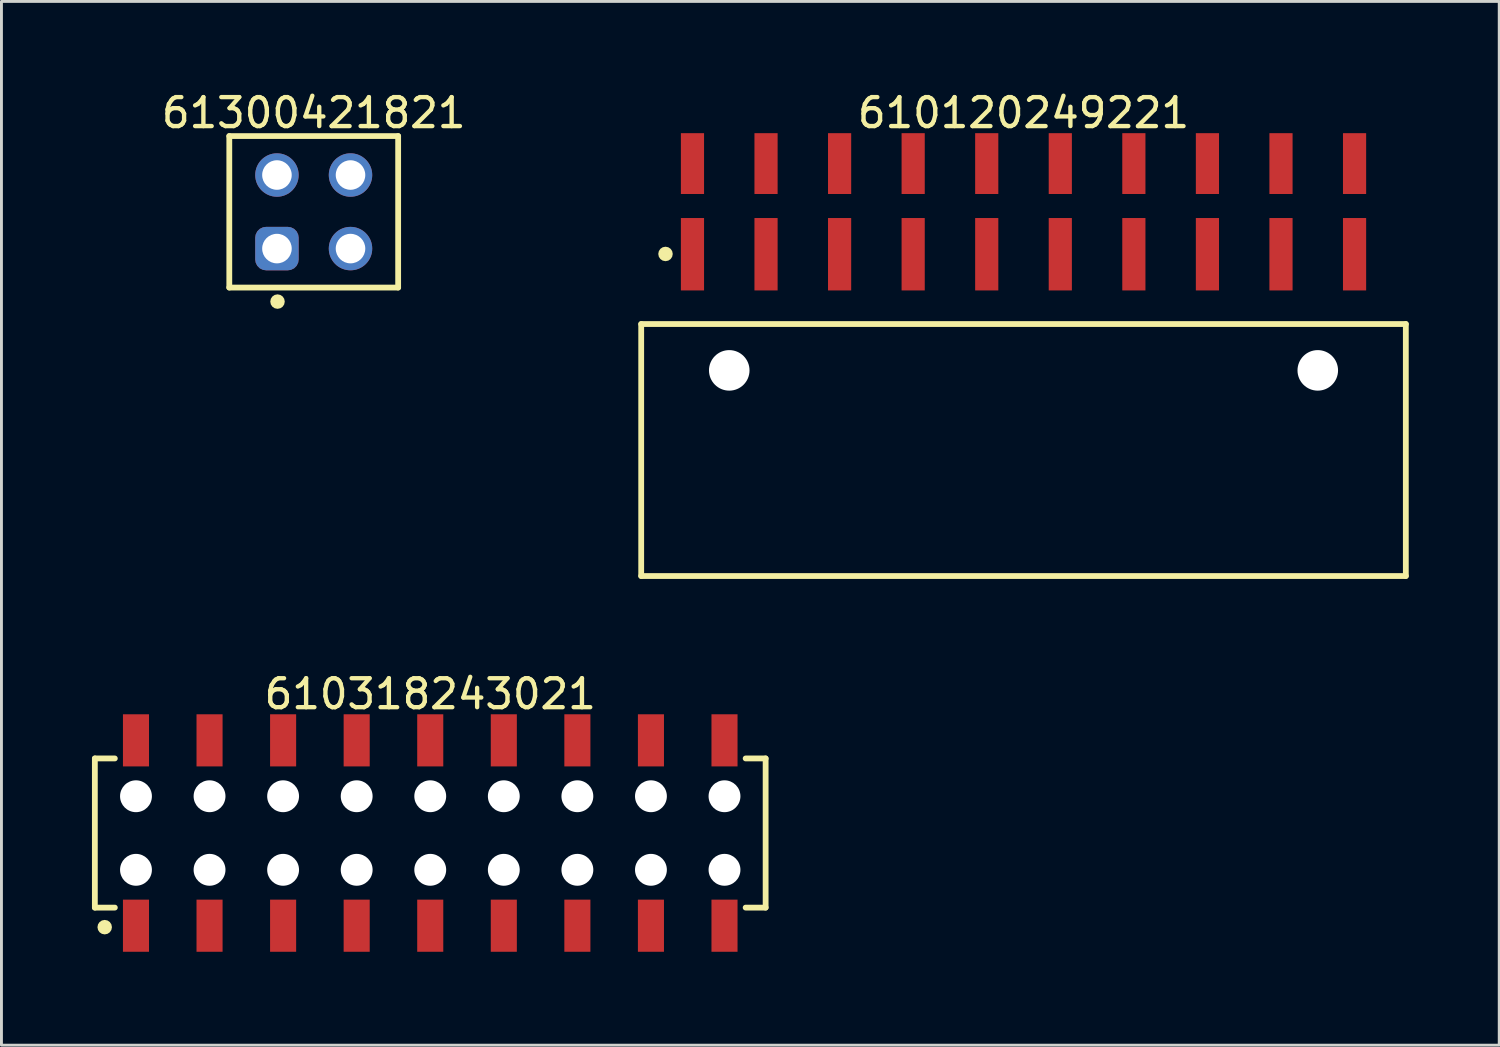
<source format=kicad_pcb>
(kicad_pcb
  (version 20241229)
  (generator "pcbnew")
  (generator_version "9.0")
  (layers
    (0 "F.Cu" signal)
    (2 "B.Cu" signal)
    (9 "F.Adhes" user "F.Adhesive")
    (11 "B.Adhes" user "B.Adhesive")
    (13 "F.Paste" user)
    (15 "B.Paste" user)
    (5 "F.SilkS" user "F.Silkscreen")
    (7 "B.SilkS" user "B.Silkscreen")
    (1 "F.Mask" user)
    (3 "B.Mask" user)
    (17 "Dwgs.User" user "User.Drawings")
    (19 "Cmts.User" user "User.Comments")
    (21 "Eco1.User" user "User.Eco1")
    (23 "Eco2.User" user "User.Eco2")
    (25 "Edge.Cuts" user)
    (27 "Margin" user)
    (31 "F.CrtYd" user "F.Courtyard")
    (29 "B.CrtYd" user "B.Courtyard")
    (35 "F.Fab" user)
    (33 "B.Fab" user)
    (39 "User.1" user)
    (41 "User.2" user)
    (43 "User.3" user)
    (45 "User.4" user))
  (footprint "610120249221"
    (layer "F.Cu")
    (at 32.289 12.488)
    (property "Reference" "610120249221" (at 0 -11.64 0) (layer "F.SilkS") (effects (font (size 1 1) (thickness 0.15))))
    (fp_line (start -13.2 -4.35) (end 13.2 -4.35) (stroke (width 0.2) (type solid)) (layer "F.SilkS"))
    (fp_line (start -13.2 4.35) (end -13.2 -4.35) (stroke (width 0.2) (type solid)) (layer "F.SilkS"))
    (fp_line (start -13.2 4.35) (end 13.2 4.35) (stroke (width 0.2) (type solid)) (layer "F.SilkS"))
    (fp_line (start 13.2 4.35) (end 13.2 -4.35) (stroke (width 0.2) (type solid)) (layer "F.SilkS"))
    (fp_circle (center -12.361 -6.77) (end -12.361 -6.895) (stroke (width 0.25) (type solid)) (fill no) (layer "F.SilkS"))
    (fp_line (start -13.4 -11.14) (end 13.4 -11.14) (stroke (width 0.05) (type solid)) (layer "Eco2.User"))
    (fp_line (start -13.4 4.55) (end -13.4 -11.14) (stroke (width 0.05) (type solid)) (layer "Eco2.User"))
    (fp_line (start -13.4 4.55) (end 13.4 4.55) (stroke (width 0.05) (type solid)) (layer "Eco2.User"))
    (fp_line (start -12.95 -4.25) (end 12.95 -4.25) (stroke (width 0.1) (type solid)) (layer "Eco2.User"))
    (fp_line (start -12.95 4.25) (end -12.95 -4.25) (stroke (width 0.1) (type solid)) (layer "Eco2.User"))
    (fp_line (start -12.95 4.25) (end 12.95 4.25) (stroke (width 0.1) (type solid)) (layer "Eco2.User"))
    (fp_line (start -11.75 -10.44) (end -11.11 -10.44) (stroke (width 0.1) (type solid)) (layer "Eco2.User"))
    (fp_line (start -11.75 -7.49) (end -11.11 -7.49) (stroke (width 0.1) (type solid)) (layer "Eco2.User"))
    (fp_line (start -11.75 -4.25) (end -11.75 -10.44) (stroke (width 0.1) (type solid)) (layer "Eco2.User"))
    (fp_line (start -11.11 -4.25) (end -11.11 -10.44) (stroke (width 0.1) (type solid)) (layer "Eco2.User"))
    (fp_line (start -9.21 -10.44) (end -8.57 -10.44) (stroke (width 0.1) (type solid)) (layer "Eco2.User"))
    (fp_line (start -9.21 -7.49) (end -8.57 -7.49) (stroke (width 0.1) (type solid)) (layer "Eco2.User"))
    (fp_line (start -9.21 -4.25) (end -9.21 -10.44) (stroke (width 0.1) (type solid)) (layer "Eco2.User"))
    (fp_line (start -8.57 -4.25) (end -8.57 -10.44) (stroke (width 0.1) (type solid)) (layer "Eco2.User"))
    (fp_line (start -6.67 -10.44) (end -6.03 -10.44) (stroke (width 0.1) (type solid)) (layer "Eco2.User"))
    (fp_line (start -6.67 -7.49) (end -6.03 -7.49) (stroke (width 0.1) (type solid)) (layer "Eco2.User"))
    (fp_line (start -6.67 -4.25) (end -6.67 -10.44) (stroke (width 0.1) (type solid)) (layer "Eco2.User"))
    (fp_line (start -6.03 -4.25) (end -6.03 -10.44) (stroke (width 0.1) (type solid)) (layer "Eco2.User"))
    (fp_line (start -4.13 -10.44) (end -3.49 -10.44) (stroke (width 0.1) (type solid)) (layer "Eco2.User"))
    (fp_line (start -4.13 -7.49) (end -3.49 -7.49) (stroke (width 0.1) (type solid)) (layer "Eco2.User"))
    (fp_line (start -4.13 -4.25) (end -4.13 -10.44) (stroke (width 0.1) (type solid)) (layer "Eco2.User"))
    (fp_line (start -3.49 -4.25) (end -3.49 -10.44) (stroke (width 0.1) (type solid)) (layer "Eco2.User"))
    (fp_line (start -1.59 -10.44) (end -0.95 -10.44) (stroke (width 0.1) (type solid)) (layer "Eco2.User"))
    (fp_line (start -1.59 -7.49) (end -0.95 -7.49) (stroke (width 0.1) (type solid)) (layer "Eco2.User"))
    (fp_line (start -1.59 -4.25) (end -1.59 -10.44) (stroke (width 0.1) (type solid)) (layer "Eco2.User"))
    (fp_line (start -0.95 -4.25) (end -0.95 -10.44) (stroke (width 0.1) (type solid)) (layer "Eco2.User"))
    (fp_line (start -0.5 0) (end 0.5 0) (stroke (width 0.05) (type solid)) (layer "Eco2.User"))
    (fp_line (start 0 0.5) (end 0 -0.5) (stroke (width 0.05) (type solid)) (layer "Eco2.User"))
    (fp_line (start 0.95 -10.44) (end 1.59 -10.44) (stroke (width 0.1) (type solid)) (layer "Eco2.User"))
    (fp_line (start 0.95 -7.49) (end 1.59 -7.49) (stroke (width 0.1) (type solid)) (layer "Eco2.User"))
    (fp_line (start 0.95 -4.25) (end 0.95 -10.44) (stroke (width 0.1) (type solid)) (layer "Eco2.User"))
    (fp_line (start 1.59 -4.25) (end 1.59 -10.44) (stroke (width 0.1) (type solid)) (layer "Eco2.User"))
    (fp_line (start 3.49 -10.44) (end 4.13 -10.44) (stroke (width 0.1) (type solid)) (layer "Eco2.User"))
    (fp_line (start 3.49 -7.49) (end 4.13 -7.49) (stroke (width 0.1) (type solid)) (layer "Eco2.User"))
    (fp_line (start 3.49 -4.25) (end 3.49 -10.44) (stroke (width 0.1) (type solid)) (layer "Eco2.User"))
    (fp_line (start 4.13 -4.25) (end 4.13 -10.44) (stroke (width 0.1) (type solid)) (layer "Eco2.User"))
    (fp_line (start 6.03 -10.44) (end 6.67 -10.44) (stroke (width 0.1) (type solid)) (layer "Eco2.User"))
    (fp_line (start 6.03 -7.49) (end 6.67 -7.49) (stroke (width 0.1) (type solid)) (layer "Eco2.User"))
    (fp_line (start 6.03 -4.25) (end 6.03 -10.44) (stroke (width 0.1) (type solid)) (layer "Eco2.User"))
    (fp_line (start 6.67 -4.25) (end 6.67 -10.44) (stroke (width 0.1) (type solid)) (layer "Eco2.User"))
    (fp_line (start 8.57 -10.44) (end 9.21 -10.44) (stroke (width 0.1) (type solid)) (layer "Eco2.User"))
    (fp_line (start 8.57 -7.49) (end 9.21 -7.49) (stroke (width 0.1) (type solid)) (layer "Eco2.User"))
    (fp_line (start 8.57 -4.25) (end 8.57 -10.44) (stroke (width 0.1) (type solid)) (layer "Eco2.User"))
    (fp_line (start 9.21 -4.25) (end 9.21 -10.44) (stroke (width 0.1) (type solid)) (layer "Eco2.User"))
    (fp_line (start 11.11 -10.44) (end 11.75 -10.44) (stroke (width 0.1) (type solid)) (layer "Eco2.User"))
    (fp_line (start 11.11 -7.49) (end 11.75 -7.49) (stroke (width 0.1) (type solid)) (layer "Eco2.User"))
    (fp_line (start 11.11 -4.25) (end 11.11 -10.44) (stroke (width 0.1) (type solid)) (layer "Eco2.User"))
    (fp_line (start 11.75 -4.25) (end 11.75 -10.44) (stroke (width 0.1) (type solid)) (layer "Eco2.User"))
    (fp_line (start 12.95 4.25) (end 12.95 -4.25) (stroke (width 0.1) (type solid)) (layer "Eco2.User"))
    (fp_line (start 13.4 4.55) (end 13.4 -11.14) (stroke (width 0.05) (type solid)) (layer "Eco2.User"))
    (fp_text user "${REFERENCE}" (at 0.15 -0.197 0) (unlocked yes) (layer "User.3") (effects (font (size 1.5 1.5) (thickness 0.15))))
    (pad "" np_thru_hole circle (at -10.16 -2.75) (size 1.4 1.4) (drill 1.4) (layers "*.Cu" "*.Mask"))
    (pad "" np_thru_hole circle (at 10.16 -2.75) (size 1.4 1.4) (drill 1.4) (layers "*.Cu" "*.Mask"))
    (pad "1" smd rect (at -11.43 -6.76) (size 0.8 2.5) (layers "F.Cu" "F.Mask" "F.Paste"))
    (pad "2" smd rect (at -11.43 -9.89) (size 0.8 2.1) (layers "F.Cu" "F.Mask" "F.Paste"))
    (pad "3" smd rect (at -8.89 -6.76) (size 0.8 2.5) (layers "F.Cu" "F.Mask" "F.Paste"))
    (pad "4" smd rect (at -8.89 -9.89) (size 0.8 2.1) (layers "F.Cu" "F.Mask" "F.Paste"))
    (pad "5" smd rect (at -6.35 -6.76) (size 0.8 2.5) (layers "F.Cu" "F.Mask" "F.Paste"))
    (pad "6" smd rect (at -6.35 -9.89) (size 0.8 2.1) (layers "F.Cu" "F.Mask" "F.Paste"))
    (pad "7" smd rect (at -3.81 -6.76) (size 0.8 2.5) (layers "F.Cu" "F.Mask" "F.Paste"))
    (pad "8" smd rect (at -3.81 -9.89) (size 0.8 2.1) (layers "F.Cu" "F.Mask" "F.Paste"))
    (pad "9" smd rect (at -1.27 -6.76) (size 0.8 2.5) (layers "F.Cu" "F.Mask" "F.Paste"))
    (pad "10" smd rect (at -1.27 -9.89) (size 0.8 2.1) (layers "F.Cu" "F.Mask" "F.Paste"))
    (pad "11" smd rect (at 1.27 -6.76) (size 0.8 2.5) (layers "F.Cu" "F.Mask" "F.Paste"))
    (pad "12" smd rect (at 1.27 -9.89) (size 0.8 2.1) (layers "F.Cu" "F.Mask" "F.Paste"))
    (pad "13" smd rect (at 3.81 -6.76) (size 0.8 2.5) (layers "F.Cu" "F.Mask" "F.Paste"))
    (pad "14" smd rect (at 3.81 -9.89) (size 0.8 2.1) (layers "F.Cu" "F.Mask" "F.Paste"))
    (pad "15" smd rect (at 6.35 -6.76) (size 0.8 2.5) (layers "F.Cu" "F.Mask" "F.Paste"))
    (pad "16" smd rect (at 6.35 -9.89) (size 0.8 2.1) (layers "F.Cu" "F.Mask" "F.Paste"))
    (pad "17" smd rect (at 8.89 -6.76) (size 0.8 2.5) (layers "F.Cu" "F.Mask" "F.Paste"))
    (pad "18" smd rect (at 8.89 -9.89) (size 0.8 2.1) (layers "F.Cu" "F.Mask" "F.Paste"))
    (pad "19" smd rect (at 11.43 -6.76) (size 0.8 2.5) (layers "F.Cu" "F.Mask" "F.Paste"))
    (pad "20" smd rect (at 11.43 -9.89) (size 0.8 2.1) (layers "F.Cu" "F.Mask" "F.Paste")))
  (footprint "61300421821"
    (layer "F.Cu")
    (at 7.782 4.263)
    (property "Reference" "61300421821" (at 0 -3.415 0) (layer "F.SilkS") (effects (font (size 1 1) (thickness 0.15))))
    (fp_line (start -2.915 -2.615) (end 2.915 -2.615) (stroke (width 0.2) (type solid)) (layer "F.SilkS"))
    (fp_line (start -2.915 2.615) (end -2.915 -2.615) (stroke (width 0.2) (type solid)) (layer "F.SilkS"))
    (fp_line (start -2.915 2.615) (end 2.915 2.615) (stroke (width 0.2) (type solid)) (layer "F.SilkS"))
    (fp_line (start 2.915 2.615) (end 2.915 -2.615) (stroke (width 0.2) (type solid)) (layer "F.SilkS"))
    (fp_circle (center -1.25 3.1) (end -1.25 2.975) (stroke (width 0.25) (type solid)) (fill no) (layer "F.SilkS"))
    (fp_line (start -3.115 -2.815) (end 3.115 -2.815) (stroke (width 0.05) (type solid)) (layer "Eco2.User"))
    (fp_line (start -3.115 2.815) (end -3.115 -2.815) (stroke (width 0.05) (type solid)) (layer "Eco2.User"))
    (fp_line (start -3.115 2.815) (end 3.115 2.815) (stroke (width 0.05) (type solid)) (layer "Eco2.User"))
    (fp_line (start -2.79 -2.54) (end 2.79 -2.54) (stroke (width 0.1) (type solid)) (layer "Eco2.User"))
    (fp_line (start -2.79 2.54) (end -2.79 -2.54) (stroke (width 0.1) (type solid)) (layer "Eco2.User"))
    (fp_line (start -2.79 2.54) (end 2.79 2.54) (stroke (width 0.1) (type solid)) (layer "Eco2.User"))
    (fp_line (start -0.5 0) (end 0.5 0) (stroke (width 0.05) (type solid)) (layer "Eco2.User"))
    (fp_line (start 0 0.5) (end 0 -0.5) (stroke (width 0.05) (type solid)) (layer "Eco2.User"))
    (fp_line (start 2.79 2.54) (end 2.79 -2.54) (stroke (width 0.1) (type solid)) (layer "Eco2.User"))
    (fp_line (start 3.115 2.815) (end 3.115 -2.815) (stroke (width 0.05) (type solid)) (layer "Eco2.User"))
    (fp_text user "${REFERENCE}" (at 0.15 -0.197 0) (unlocked yes) (layer "User.3") (effects (font (size 1.5 1.5) (thickness 0.15))))
    (pad "1" thru_hole roundrect (at -1.27 1.27) (size 1.5 1.5) (drill 1.02) (layers "*.Cu" "*.Mask") (roundrect_rratio 0.25))
    (pad "2" thru_hole circle (at -1.27 -1.27) (size 1.5 1.5) (drill 1.02) (layers "*.Cu" "*.Mask"))
    (pad "3" thru_hole circle (at 1.27 1.27) (size 1.5 1.5) (drill 1.02) (layers "*.Cu" "*.Mask"))
    (pad "4" thru_hole circle (at 1.27 -1.27) (size 1.5 1.5) (drill 1.02) (layers "*.Cu" "*.Mask")))
  (footprint "610318243021"
    (layer "F.Cu")
    (at 11.805 25.712)
    (property "Reference" "610318243021" (at 0 -4.8 0) (layer "F.SilkS") (effects (font (size 1 1) (thickness 0.15))))
    (fp_line (start -11.58 -2.575) (end -10.89 -2.575) (stroke (width 0.2) (type solid)) (layer "F.SilkS"))
    (fp_line (start -11.58 2.575) (end -11.58 -2.575) (stroke (width 0.2) (type solid)) (layer "F.SilkS"))
    (fp_line (start -11.58 2.575) (end -10.89 2.575) (stroke (width 0.2) (type solid)) (layer "F.SilkS"))
    (fp_line (start 10.89 -2.575) (end 11.58 -2.575) (stroke (width 0.2) (type solid)) (layer "F.SilkS"))
    (fp_line (start 10.89 2.575) (end 11.58 2.575) (stroke (width 0.2) (type solid)) (layer "F.SilkS"))
    (fp_line (start 11.58 2.575) (end 11.58 -2.575) (stroke (width 0.2) (type solid)) (layer "F.SilkS"))
    (fp_circle (center -11.24 3.25) (end -11.24 3.125) (stroke (width 0.25) (type solid)) (fill no) (layer "F.SilkS"))
    (fp_line (start -11.78 -4.3) (end 11.78 -4.3) (stroke (width 0.05) (type solid)) (layer "Eco2.User"))
    (fp_line (start -11.78 4.3) (end -11.78 -4.3) (stroke (width 0.05) (type solid)) (layer "Eco2.User"))
    (fp_line (start -11.78 4.3) (end 11.78 4.3) (stroke (width 0.05) (type solid)) (layer "Eco2.User"))
    (fp_line (start -11.43 -2.5) (end 11.43 -2.5) (stroke (width 0.1) (type solid)) (layer "Eco2.User"))
    (fp_line (start -11.43 2.5) (end -11.43 -2.5) (stroke (width 0.1) (type solid)) (layer "Eco2.User"))
    (fp_line (start -11.43 2.5) (end 11.43 2.5) (stroke (width 0.1) (type solid)) (layer "Eco2.User"))
    (fp_line (start -10.41 -3.6) (end -9.91 -3.6) (stroke (width 0.1) (type solid)) (layer "Eco2.User"))
    (fp_line (start -10.41 -2.5) (end -10.41 -3.6) (stroke (width 0.1) (type solid)) (layer "Eco2.User"))
    (fp_line (start -10.41 3.6) (end -10.41 2.5) (stroke (width 0.1) (type solid)) (layer "Eco2.User"))
    (fp_line (start -10.41 3.6) (end -9.91 3.6) (stroke (width 0.1) (type solid)) (layer "Eco2.User"))
    (fp_line (start -9.91 -2.5) (end -9.91 -3.6) (stroke (width 0.1) (type solid)) (layer "Eco2.User"))
    (fp_line (start -9.91 3.6) (end -9.91 2.5) (stroke (width 0.1) (type solid)) (layer "Eco2.User"))
    (fp_line (start -7.87 -3.6) (end -7.37 -3.6) (stroke (width 0.1) (type solid)) (layer "Eco2.User"))
    (fp_line (start -7.87 -2.5) (end -7.87 -3.6) (stroke (width 0.1) (type solid)) (layer "Eco2.User"))
    (fp_line (start -7.87 3.6) (end -7.87 2.5) (stroke (width 0.1) (type solid)) (layer "Eco2.User"))
    (fp_line (start -7.87 3.6) (end -7.37 3.6) (stroke (width 0.1) (type solid)) (layer "Eco2.User"))
    (fp_line (start -7.37 -2.5) (end -7.37 -3.6) (stroke (width 0.1) (type solid)) (layer "Eco2.User"))
    (fp_line (start -7.37 3.6) (end -7.37 2.5) (stroke (width 0.1) (type solid)) (layer "Eco2.User"))
    (fp_line (start -5.33 -3.6) (end -4.83 -3.6) (stroke (width 0.1) (type solid)) (layer "Eco2.User"))
    (fp_line (start -5.33 -2.5) (end -5.33 -3.6) (stroke (width 0.1) (type solid)) (layer "Eco2.User"))
    (fp_line (start -5.33 3.6) (end -5.33 2.5) (stroke (width 0.1) (type solid)) (layer "Eco2.User"))
    (fp_line (start -5.33 3.6) (end -4.83 3.6) (stroke (width 0.1) (type solid)) (layer "Eco2.User"))
    (fp_line (start -4.83 -2.5) (end -4.83 -3.6) (stroke (width 0.1) (type solid)) (layer "Eco2.User"))
    (fp_line (start -4.83 3.6) (end -4.83 2.5) (stroke (width 0.1) (type solid)) (layer "Eco2.User"))
    (fp_line (start -2.79 -3.6) (end -2.29 -3.6) (stroke (width 0.1) (type solid)) (layer "Eco2.User"))
    (fp_line (start -2.79 -2.5) (end -2.79 -3.6) (stroke (width 0.1) (type solid)) (layer "Eco2.User"))
    (fp_line (start -2.79 3.6) (end -2.79 2.5) (stroke (width 0.1) (type solid)) (layer "Eco2.User"))
    (fp_line (start -2.79 3.6) (end -2.29 3.6) (stroke (width 0.1) (type solid)) (layer "Eco2.User"))
    (fp_line (start -2.29 -2.5) (end -2.29 -3.6) (stroke (width 0.1) (type solid)) (layer "Eco2.User"))
    (fp_line (start -2.29 3.6) (end -2.29 2.5) (stroke (width 0.1) (type solid)) (layer "Eco2.User"))
    (fp_line (start -0.5 0) (end 0.5 0) (stroke (width 0.05) (type solid)) (layer "Eco2.User"))
    (fp_line (start -0.25 -3.6) (end 0.25 -3.6) (stroke (width 0.1) (type solid)) (layer "Eco2.User"))
    (fp_line (start -0.25 -2.5) (end -0.25 -3.6) (stroke (width 0.1) (type solid)) (layer "Eco2.User"))
    (fp_line (start -0.25 3.6) (end -0.25 2.5) (stroke (width 0.1) (type solid)) (layer "Eco2.User"))
    (fp_line (start -0.25 3.6) (end 0.25 3.6) (stroke (width 0.1) (type solid)) (layer "Eco2.User"))
    (fp_line (start 0 0.5) (end 0 -0.5) (stroke (width 0.05) (type solid)) (layer "Eco2.User"))
    (fp_line (start 0.25 -2.5) (end 0.25 -3.6) (stroke (width 0.1) (type solid)) (layer "Eco2.User"))
    (fp_line (start 0.25 3.6) (end 0.25 2.5) (stroke (width 0.1) (type solid)) (layer "Eco2.User"))
    (fp_line (start 2.29 -3.6) (end 2.79 -3.6) (stroke (width 0.1) (type solid)) (layer "Eco2.User"))
    (fp_line (start 2.29 -2.5) (end 2.29 -3.6) (stroke (width 0.1) (type solid)) (layer "Eco2.User"))
    (fp_line (start 2.29 3.6) (end 2.29 2.5) (stroke (width 0.1) (type solid)) (layer "Eco2.User"))
    (fp_line (start 2.29 3.6) (end 2.79 3.6) (stroke (width 0.1) (type solid)) (layer "Eco2.User"))
    (fp_line (start 2.79 -2.5) (end 2.79 -3.6) (stroke (width 0.1) (type solid)) (layer "Eco2.User"))
    (fp_line (start 2.79 3.6) (end 2.79 2.5) (stroke (width 0.1) (type solid)) (layer "Eco2.User"))
    (fp_line (start 4.83 -3.6) (end 5.33 -3.6) (stroke (width 0.1) (type solid)) (layer "Eco2.User"))
    (fp_line (start 4.83 -2.5) (end 4.83 -3.6) (stroke (width 0.1) (type solid)) (layer "Eco2.User"))
    (fp_line (start 4.83 3.6) (end 4.83 2.5) (stroke (width 0.1) (type solid)) (layer "Eco2.User"))
    (fp_line (start 4.83 3.6) (end 5.33 3.6) (stroke (width 0.1) (type solid)) (layer "Eco2.User"))
    (fp_line (start 5.33 -2.5) (end 5.33 -3.6) (stroke (width 0.1) (type solid)) (layer "Eco2.User"))
    (fp_line (start 5.33 3.6) (end 5.33 2.5) (stroke (width 0.1) (type solid)) (layer "Eco2.User"))
    (fp_line (start 7.37 -3.6) (end 7.87 -3.6) (stroke (width 0.1) (type solid)) (layer "Eco2.User"))
    (fp_line (start 7.37 -2.5) (end 7.37 -3.6) (stroke (width 0.1) (type solid)) (layer "Eco2.User"))
    (fp_line (start 7.37 3.6) (end 7.37 2.5) (stroke (width 0.1) (type solid)) (layer "Eco2.User"))
    (fp_line (start 7.37 3.6) (end 7.87 3.6) (stroke (width 0.1) (type solid)) (layer "Eco2.User"))
    (fp_line (start 7.87 -2.5) (end 7.87 -3.6) (stroke (width 0.1) (type solid)) (layer "Eco2.User"))
    (fp_line (start 7.87 3.6) (end 7.87 2.5) (stroke (width 0.1) (type solid)) (layer "Eco2.User"))
    (fp_line (start 9.91 -3.6) (end 10.41 -3.6) (stroke (width 0.1) (type solid)) (layer "Eco2.User"))
    (fp_line (start 9.91 -2.5) (end 9.91 -3.6) (stroke (width 0.1) (type solid)) (layer "Eco2.User"))
    (fp_line (start 9.91 3.6) (end 9.91 2.5) (stroke (width 0.1) (type solid)) (layer "Eco2.User"))
    (fp_line (start 9.91 3.6) (end 10.41 3.6) (stroke (width 0.1) (type solid)) (layer "Eco2.User"))
    (fp_line (start 10.41 -2.5) (end 10.41 -3.6) (stroke (width 0.1) (type solid)) (layer "Eco2.User"))
    (fp_line (start 10.41 3.6) (end 10.41 2.5) (stroke (width 0.1) (type solid)) (layer "Eco2.User"))
    (fp_line (start 11.43 2.5) (end 11.43 -2.5) (stroke (width 0.1) (type solid)) (layer "Eco2.User"))
    (fp_line (start 11.78 4.3) (end 11.78 -4.3) (stroke (width 0.05) (type solid)) (layer "Eco2.User"))
    (fp_text user "${REFERENCE}" (at 0.15 -0.197 0) (unlocked yes) (layer "User.3") (effects (font (size 1.5 1.5) (thickness 0.15))))
    (pad "" np_thru_hole circle (at -10.16 -1.27) (size 1.1 1.1) (drill 1.1) (layers "*.Cu" "*.Mask"))
    (pad "" np_thru_hole circle (at -10.16 1.27) (size 1.1 1.1) (drill 1.1) (layers "*.Cu" "*.Mask"))
    (pad "" np_thru_hole circle (at -7.62 -1.27) (size 1.1 1.1) (drill 1.1) (layers "*.Cu" "*.Mask"))
    (pad "" np_thru_hole circle (at -7.62 1.27) (size 1.1 1.1) (drill 1.1) (layers "*.Cu" "*.Mask"))
    (pad "" np_thru_hole circle (at -5.08 -1.27) (size 1.1 1.1) (drill 1.1) (layers "*.Cu" "*.Mask"))
    (pad "" np_thru_hole circle (at -5.08 1.27) (size 1.1 1.1) (drill 1.1) (layers "*.Cu" "*.Mask"))
    (pad "" np_thru_hole circle (at -2.54 -1.27) (size 1.1 1.1) (drill 1.1) (layers "*.Cu" "*.Mask"))
    (pad "" np_thru_hole circle (at -2.54 1.27) (size 1.1 1.1) (drill 1.1) (layers "*.Cu" "*.Mask"))
    (pad "" np_thru_hole circle (at 0 -1.27) (size 1.1 1.1) (drill 1.1) (layers "*.Cu" "*.Mask"))
    (pad "" np_thru_hole circle (at 0 1.27) (size 1.1 1.1) (drill 1.1) (layers "*.Cu" "*.Mask"))
    (pad "" np_thru_hole circle (at 2.54 -1.27) (size 1.1 1.1) (drill 1.1) (layers "*.Cu" "*.Mask"))
    (pad "" np_thru_hole circle (at 2.54 1.27) (size 1.1 1.1) (drill 1.1) (layers "*.Cu" "*.Mask"))
    (pad "" np_thru_hole circle (at 5.08 -1.27) (size 1.1 1.1) (drill 1.1) (layers "*.Cu" "*.Mask"))
    (pad "" np_thru_hole circle (at 5.08 1.27) (size 1.1 1.1) (drill 1.1) (layers "*.Cu" "*.Mask"))
    (pad "" np_thru_hole circle (at 7.62 -1.27) (size 1.1 1.1) (drill 1.1) (layers "*.Cu" "*.Mask"))
    (pad "" np_thru_hole circle (at 7.62 1.27) (size 1.1 1.1) (drill 1.1) (layers "*.Cu" "*.Mask"))
    (pad "" np_thru_hole circle (at 10.16 -1.27) (size 1.1 1.1) (drill 1.1) (layers "*.Cu" "*.Mask"))
    (pad "" np_thru_hole circle (at 10.16 1.27) (size 1.1 1.1) (drill 1.1) (layers "*.Cu" "*.Mask"))
    (pad "1" smd rect (at -10.16 3.2) (size 0.9 1.8) (layers "F.Cu" "F.Mask" "F.Paste"))
    (pad "2" smd rect (at -10.16 -3.2) (size 0.9 1.8) (layers "F.Cu" "F.Mask" "F.Paste"))
    (pad "3" smd rect (at -7.62 3.2) (size 0.9 1.8) (layers "F.Cu" "F.Mask" "F.Paste"))
    (pad "4" smd rect (at -7.62 -3.2) (size 0.9 1.8) (layers "F.Cu" "F.Mask" "F.Paste"))
    (pad "5" smd rect (at -5.08 3.2) (size 0.9 1.8) (layers "F.Cu" "F.Mask" "F.Paste"))
    (pad "6" smd rect (at -5.08 -3.2) (size 0.9 1.8) (layers "F.Cu" "F.Mask" "F.Paste"))
    (pad "7" smd rect (at -2.54 3.2) (size 0.9 1.8) (layers "F.Cu" "F.Mask" "F.Paste"))
    (pad "8" smd rect (at -2.54 -3.2) (size 0.9 1.8) (layers "F.Cu" "F.Mask" "F.Paste"))
    (pad "9" smd rect (at 0 3.2) (size 0.9 1.8) (layers "F.Cu" "F.Mask" "F.Paste"))
    (pad "10" smd rect (at 0 -3.2) (size 0.9 1.8) (layers "F.Cu" "F.Mask" "F.Paste"))
    (pad "11" smd rect (at 2.54 3.2) (size 0.9 1.8) (layers "F.Cu" "F.Mask" "F.Paste"))
    (pad "12" smd rect (at 2.54 -3.2) (size 0.9 1.8) (layers "F.Cu" "F.Mask" "F.Paste"))
    (pad "13" smd rect (at 5.08 3.2) (size 0.9 1.8) (layers "F.Cu" "F.Mask" "F.Paste"))
    (pad "14" smd rect (at 5.08 -3.2) (size 0.9 1.8) (layers "F.Cu" "F.Mask" "F.Paste"))
    (pad "15" smd rect (at 7.62 3.2) (size 0.9 1.8) (layers "F.Cu" "F.Mask" "F.Paste"))
    (pad "16" smd rect (at 7.62 -3.2) (size 0.9 1.8) (layers "F.Cu" "F.Mask" "F.Paste"))
    (pad "17" smd rect (at 10.16 3.2) (size 0.9 1.8) (layers "F.Cu" "F.Mask" "F.Paste"))
    (pad "18" smd rect (at 10.16 -3.2) (size 0.9 1.8) (layers "F.Cu" "F.Mask" "F.Paste")))
  (gr_rect
    (start -3 -3)
    (end 48.714 33.037)
    (stroke (width 0.1) (type default))
    (fill no)
    (layer "Edge.Cuts")))
</source>
